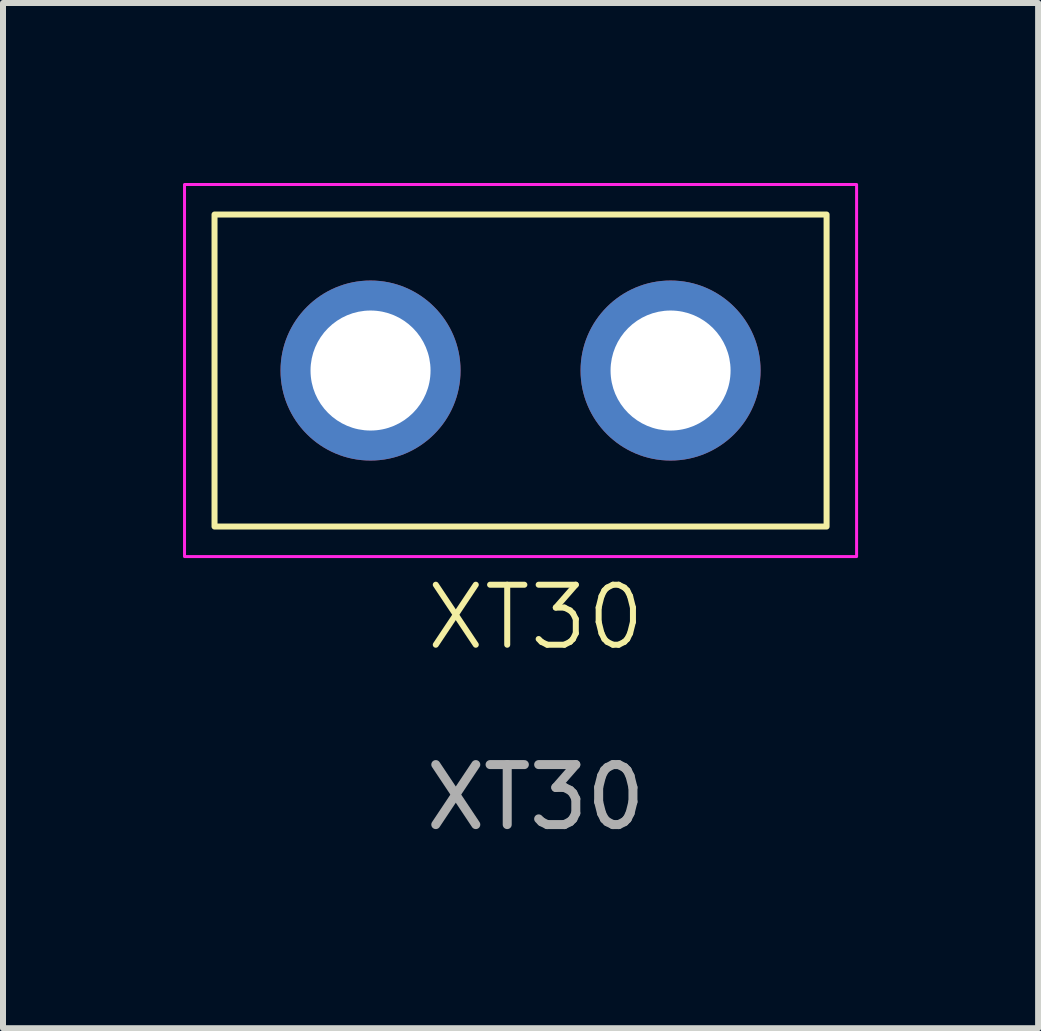
<source format=kicad_pcb>
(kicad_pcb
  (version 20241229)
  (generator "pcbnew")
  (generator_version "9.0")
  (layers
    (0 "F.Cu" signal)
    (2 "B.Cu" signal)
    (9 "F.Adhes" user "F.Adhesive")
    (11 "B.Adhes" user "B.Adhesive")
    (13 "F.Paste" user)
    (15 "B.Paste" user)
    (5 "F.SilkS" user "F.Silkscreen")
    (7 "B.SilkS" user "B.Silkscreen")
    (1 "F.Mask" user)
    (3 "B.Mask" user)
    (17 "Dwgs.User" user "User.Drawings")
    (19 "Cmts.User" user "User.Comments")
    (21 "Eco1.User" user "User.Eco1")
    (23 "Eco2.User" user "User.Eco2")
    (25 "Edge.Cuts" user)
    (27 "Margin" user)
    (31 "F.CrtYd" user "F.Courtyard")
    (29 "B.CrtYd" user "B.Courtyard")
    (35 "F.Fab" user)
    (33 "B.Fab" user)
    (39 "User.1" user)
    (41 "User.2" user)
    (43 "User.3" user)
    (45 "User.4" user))
  (footprint "XT30"
    (layer "F.Cu")
    (at 5.625 3.125)
    (property "Reference" "XT30" (at 0.254 4.112 0) (unlocked yes) (layer "F.SilkS") (effects (font (size 1 1) (thickness 0.1))))
    (attr through_hole)
    (fp_rect (start -5.1 -2.6) (end 5.1 2.6) (stroke (width 0.1) (type solid)) (fill no) (layer "F.SilkS"))
    (fp_rect (start -5.6 -3.1) (end 5.6 3.1) (stroke (width 0.05) (type solid)) (fill no) (layer "F.CrtYd"))
    (fp_text user "${REFERENCE}" (at 0.254 7.112 0) (unlocked yes) (layer "F.Fab") (effects (font (size 1 1) (thickness 0.15))))
    (pad "1" thru_hole circle (at -2.5 0) (size 3 3) (drill 2) (layers "*.Cu" "*.Mask"))
    (pad "2" thru_hole circle (at 2.5 0) (size 3 3) (drill 2) (layers "*.Cu" "*.Mask")))
  (gr_rect
    (start -3 -3)
    (end 14.25 14.085)
    (stroke (width 0.1) (type default))
    (fill no)
    (layer "Edge.Cuts")))
</source>
